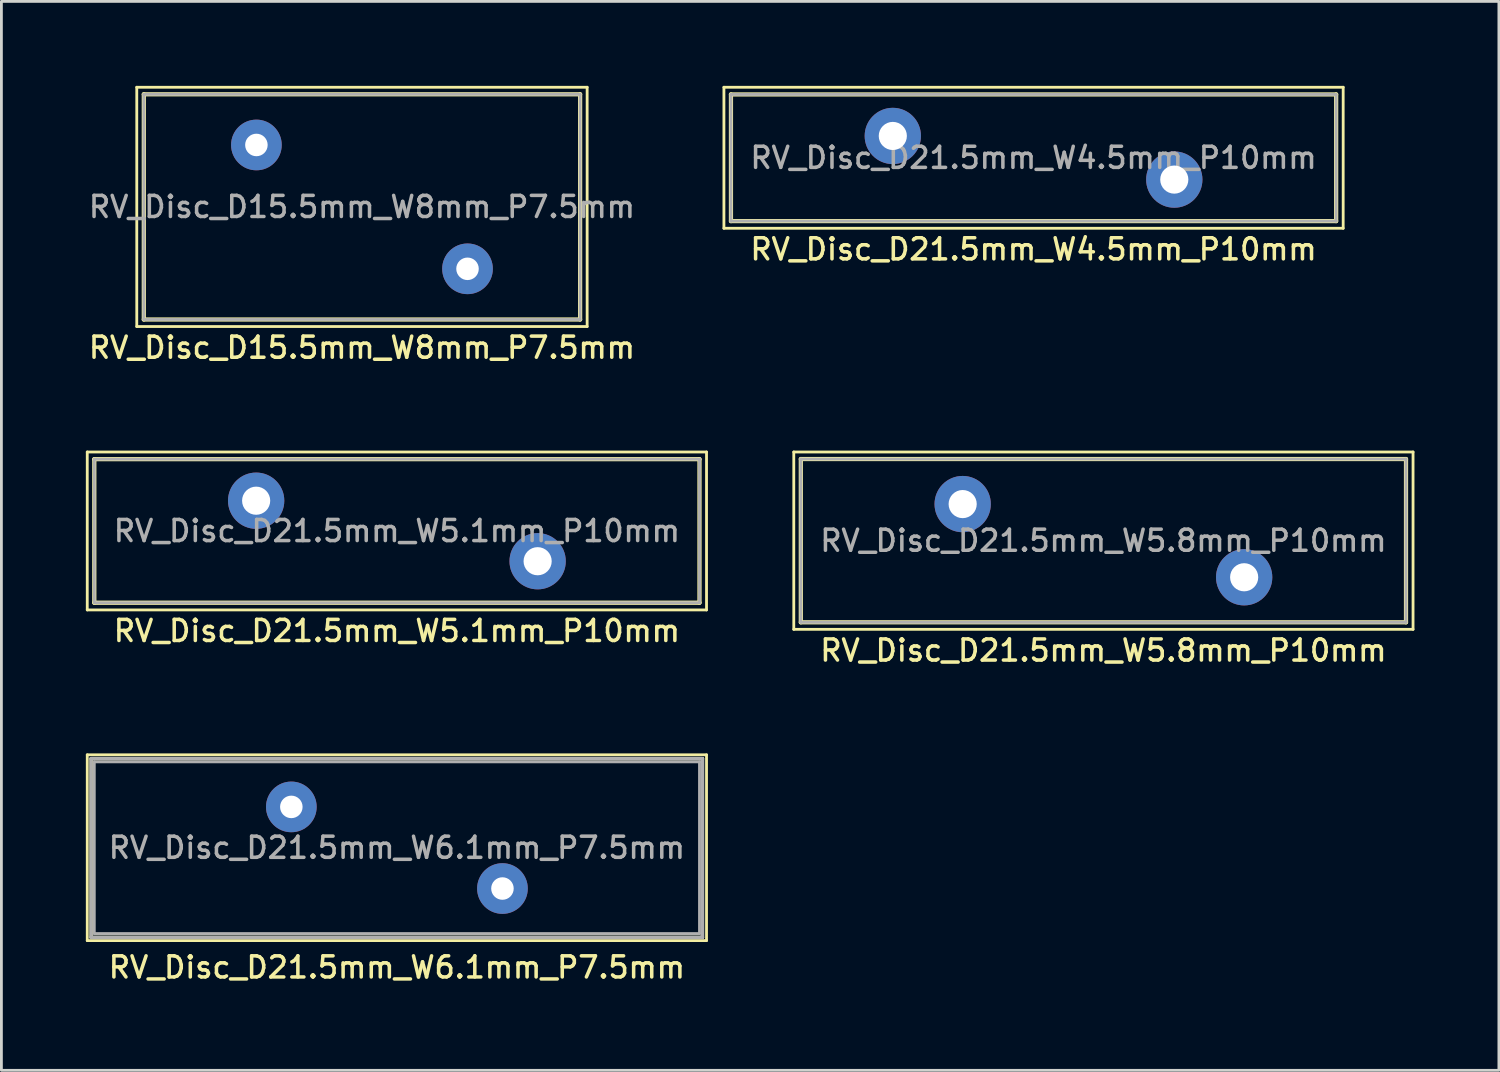
<source format=kicad_pcb>
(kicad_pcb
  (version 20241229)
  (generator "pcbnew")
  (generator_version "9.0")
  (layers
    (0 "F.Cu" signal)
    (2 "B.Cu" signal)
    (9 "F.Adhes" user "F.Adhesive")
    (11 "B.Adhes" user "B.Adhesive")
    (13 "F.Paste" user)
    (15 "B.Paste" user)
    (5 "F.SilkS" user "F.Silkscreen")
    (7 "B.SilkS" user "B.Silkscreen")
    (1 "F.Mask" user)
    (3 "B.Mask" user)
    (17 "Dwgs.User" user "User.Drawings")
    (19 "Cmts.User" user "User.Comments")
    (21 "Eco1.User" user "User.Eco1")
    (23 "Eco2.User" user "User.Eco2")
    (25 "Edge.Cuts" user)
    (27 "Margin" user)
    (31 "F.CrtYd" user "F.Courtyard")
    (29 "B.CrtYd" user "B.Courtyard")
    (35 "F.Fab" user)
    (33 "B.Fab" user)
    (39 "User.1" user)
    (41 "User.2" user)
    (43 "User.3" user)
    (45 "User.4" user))
  (footprint "RV_Disc_D21.5mm_W6.1mm_P7.5mm"
    (layer "F.Cu")
    (at 7.3 25.616)
    (property "Reference" "RV_Disc_D21.5mm_W6.1mm_P7.5mm" (at 3.75 5.7 0) (layer "F.SilkS") (effects (font (size 0.75 0.75) (thickness 0.125))))
    (attr through_hole)
    (fp_line (start -7.25 -1.85) (end -7.25 4.75) (stroke (width 0.1) (type solid)) (layer "F.SilkS"))
    (fp_line (start -7.25 -1.85) (end 14.75 -1.85) (stroke (width 0.1) (type solid)) (layer "F.SilkS"))
    (fp_line (start -7.25 4.75) (end 14.75 4.75) (stroke (width 0.1) (type solid)) (layer "F.SilkS"))
    (fp_line (start -7.112 -1.714) (end 14.605 -1.714) (stroke (width 0.12) (type solid)) (layer "F.SilkS"))
    (fp_line (start -7.112 4.636) (end -7.112 -1.714) (stroke (width 0.12) (type solid)) (layer "F.SilkS"))
    (fp_line (start 14.605 -1.714) (end 14.605 4.636) (stroke (width 0.12) (type solid)) (layer "F.SilkS"))
    (fp_line (start 14.605 4.636) (end -7.112 4.636) (stroke (width 0.12) (type solid)) (layer "F.SilkS"))
    (fp_line (start 14.75 -1.85) (end 14.75 4.75) (stroke (width 0.1) (type solid)) (layer "F.SilkS"))
    (fp_line (start -7.112 -1.714) (end 14.605 -1.714) (stroke (width 0.12) (type solid)) (layer "F.Fab"))
    (fp_line (start -7.112 4.636) (end -7.112 -1.714) (stroke (width 0.12) (type solid)) (layer "F.Fab"))
    (fp_line (start -7 -1.6) (end -7 4.5) (stroke (width 0.1) (type solid)) (layer "F.Fab"))
    (fp_line (start -7 -1.6) (end 14.5 -1.6) (stroke (width 0.1) (type solid)) (layer "F.Fab"))
    (fp_line (start -7 4.5) (end 14.5 4.5) (stroke (width 0.1) (type solid)) (layer "F.Fab"))
    (fp_line (start 14.5 -1.6) (end 14.5 4.5) (stroke (width 0.1) (type solid)) (layer "F.Fab"))
    (fp_line (start 14.605 -1.714) (end 14.605 4.636) (stroke (width 0.12) (type solid)) (layer "F.Fab"))
    (fp_line (start 14.605 4.636) (end -7.112 4.636) (stroke (width 0.12) (type solid)) (layer "F.Fab"))
    (fp_text user "${REFERENCE}" (at 3.75 1.45 0) (layer "F.Fab") (effects (font (size 0.75 0.75) (thickness 0.125))))
    (pad "1" thru_hole circle (at 0 0) (size 1.8 1.8) (drill 0.8) (layers "*.Cu" "*.Mask"))
    (pad "2" thru_hole circle (at 7.5 2.9) (size 1.8 1.8) (drill 0.8) (layers "*.Cu" "*.Mask")))
  (footprint "RV_Disc_D21.5mm_W4.5mm_P10mm"
    (layer "F.Cu")
    (at 28.668 1.78)
    (property "Reference" "RV_Disc_D21.5mm_W4.5mm_P10mm" (at 5 4.025 0) (layer "F.SilkS") (effects (font (size 0.75 0.75) (thickness 0.125))))
    (attr through_hole)
    (fp_line (start -6 -1.73) (end -6 3.28) (stroke (width 0.1) (type solid)) (layer "F.SilkS"))
    (fp_line (start -6 -1.73) (end 16 -1.73) (stroke (width 0.1) (type solid)) (layer "F.SilkS"))
    (fp_line (start -6 3.28) (end 16 3.28) (stroke (width 0.1) (type solid)) (layer "F.SilkS"))
    (fp_line (start -5.75 -1.475) (end -5.75 3.025) (stroke (width 0.15) (type solid)) (layer "F.SilkS"))
    (fp_line (start -5.75 -1.475) (end 15.75 -1.475) (stroke (width 0.15) (type solid)) (layer "F.SilkS"))
    (fp_line (start -5.75 3.025) (end 15.75 3.025) (stroke (width 0.15) (type solid)) (layer "F.SilkS"))
    (fp_line (start 15.75 -1.475) (end 15.75 3.025) (stroke (width 0.15) (type solid)) (layer "F.SilkS"))
    (fp_line (start 16 -1.73) (end 16 3.28) (stroke (width 0.1) (type solid)) (layer "F.SilkS"))
    (fp_line (start -5.75 -1.475) (end -5.75 3.025) (stroke (width 0.1) (type solid)) (layer "F.Fab"))
    (fp_line (start -5.75 -1.475) (end 15.75 -1.475) (stroke (width 0.1) (type solid)) (layer "F.Fab"))
    (fp_line (start -5.75 3.025) (end 15.75 3.025) (stroke (width 0.1) (type solid)) (layer "F.Fab"))
    (fp_line (start 15.75 -1.475) (end 15.75 3.025) (stroke (width 0.1) (type solid)) (layer "F.Fab"))
    (fp_text user "${REFERENCE}" (at 5 0.775 0) (layer "F.Fab") (effects (font (size 0.75 0.75) (thickness 0.125))))
    (pad "1" thru_hole circle (at 0 0) (size 2 2) (drill 1) (layers "*.Cu" "*.Mask"))
    (pad "2" thru_hole circle (at 10 1.55) (size 2 2) (drill 1) (layers "*.Cu" "*.Mask")))
  (footprint "RV_Disc_D15.5mm_W8mm_P7.5mm"
    (layer "F.Cu")
    (at 6.059 2.1)
    (property "Reference" "RV_Disc_D15.5mm_W8mm_P7.5mm" (at 3.75 7.2 0) (layer "F.SilkS") (effects (font (size 0.75 0.75) (thickness 0.125))))
    (attr through_hole)
    (fp_line (start -4.25 -2.05) (end -4.25 6.45) (stroke (width 0.1) (type solid)) (layer "F.SilkS"))
    (fp_line (start -4.25 -2.05) (end 11.75 -2.05) (stroke (width 0.1) (type solid)) (layer "F.SilkS"))
    (fp_line (start -4.25 6.45) (end 11.75 6.45) (stroke (width 0.1) (type solid)) (layer "F.SilkS"))
    (fp_line (start -4 -1.8) (end -4 6.2) (stroke (width 0.15) (type solid)) (layer "F.SilkS"))
    (fp_line (start -4 -1.8) (end 11.5 -1.8) (stroke (width 0.15) (type solid)) (layer "F.SilkS"))
    (fp_line (start -4 6.2) (end 11.5 6.2) (stroke (width 0.15) (type solid)) (layer "F.SilkS"))
    (fp_line (start 11.5 -1.8) (end 11.5 6.2) (stroke (width 0.15) (type solid)) (layer "F.SilkS"))
    (fp_line (start 11.75 -2.05) (end 11.75 6.45) (stroke (width 0.1) (type solid)) (layer "F.SilkS"))
    (fp_line (start -4 -1.8) (end -4 6.2) (stroke (width 0.1) (type solid)) (layer "F.Fab"))
    (fp_line (start -4 -1.8) (end 11.5 -1.8) (stroke (width 0.1) (type solid)) (layer "F.Fab"))
    (fp_line (start -4 6.2) (end 11.5 6.2) (stroke (width 0.1) (type solid)) (layer "F.Fab"))
    (fp_line (start 11.5 -1.8) (end 11.5 6.2) (stroke (width 0.1) (type solid)) (layer "F.Fab"))
    (fp_text user "${REFERENCE}" (at 3.75 2.2 0) (layer "F.Fab") (effects (font (size 0.75 0.75) (thickness 0.125))))
    (pad "1" thru_hole circle (at 0 0) (size 1.8 1.8) (drill 0.8) (layers "*.Cu" "*.Mask"))
    (pad "2" thru_hole circle (at 7.5 4.4) (size 1.8 1.8) (drill 0.8) (layers "*.Cu" "*.Mask")))
  (footprint "RV_Disc_D21.5mm_W5.1mm_P10mm"
    (layer "F.Cu")
    (at 6.05 14.738)
    (property "Reference" "RV_Disc_D21.5mm_W5.1mm_P10mm" (at 5 4.625 0) (layer "F.SilkS") (effects (font (size 0.75 0.75) (thickness 0.125))))
    (attr through_hole)
    (fp_line (start -6 -1.73) (end -6 3.88) (stroke (width 0.1) (type solid)) (layer "F.SilkS"))
    (fp_line (start -6 -1.73) (end 16 -1.73) (stroke (width 0.1) (type solid)) (layer "F.SilkS"))
    (fp_line (start -6 3.88) (end 16 3.88) (stroke (width 0.1) (type solid)) (layer "F.SilkS"))
    (fp_line (start -5.75 -1.475) (end -5.75 3.625) (stroke (width 0.15) (type solid)) (layer "F.SilkS"))
    (fp_line (start -5.75 -1.475) (end 15.75 -1.475) (stroke (width 0.15) (type solid)) (layer "F.SilkS"))
    (fp_line (start -5.75 3.625) (end 15.75 3.625) (stroke (width 0.15) (type solid)) (layer "F.SilkS"))
    (fp_line (start 15.75 -1.475) (end 15.75 3.625) (stroke (width 0.15) (type solid)) (layer "F.SilkS"))
    (fp_line (start 16 -1.73) (end 16 3.88) (stroke (width 0.1) (type solid)) (layer "F.SilkS"))
    (fp_line (start -5.75 -1.475) (end -5.75 3.625) (stroke (width 0.1) (type solid)) (layer "F.Fab"))
    (fp_line (start -5.75 -1.475) (end 15.75 -1.475) (stroke (width 0.1) (type solid)) (layer "F.Fab"))
    (fp_line (start -5.75 3.625) (end 15.75 3.625) (stroke (width 0.1) (type solid)) (layer "F.Fab"))
    (fp_line (start 15.75 -1.475) (end 15.75 3.625) (stroke (width 0.1) (type solid)) (layer "F.Fab"))
    (fp_text user "${REFERENCE}" (at 5 1.075 0) (layer "F.Fab") (effects (font (size 0.75 0.75) (thickness 0.125))))
    (pad "1" thru_hole circle (at 0 0) (size 2 2) (drill 1) (layers "*.Cu" "*.Mask"))
    (pad "2" thru_hole circle (at 10 2.15) (size 2 2) (drill 1) (layers "*.Cu" "*.Mask")))
  (footprint "RV_Disc_D21.5mm_W5.8mm_P10mm"
    (layer "F.Cu")
    (at 31.15 14.858)
    (property "Reference" "RV_Disc_D21.5mm_W5.8mm_P10mm" (at 5 5.2 0) (layer "F.SilkS") (effects (font (size 0.75 0.75) (thickness 0.125))))
    (attr through_hole)
    (fp_line (start -6 -1.85) (end -6 4.45) (stroke (width 0.1) (type solid)) (layer "F.SilkS"))
    (fp_line (start -6 -1.85) (end 16 -1.85) (stroke (width 0.1) (type solid)) (layer "F.SilkS"))
    (fp_line (start -6 4.45) (end 16 4.45) (stroke (width 0.1) (type solid)) (layer "F.SilkS"))
    (fp_line (start -5.75 -1.6) (end -5.75 4.2) (stroke (width 0.15) (type solid)) (layer "F.SilkS"))
    (fp_line (start -5.75 -1.6) (end 15.75 -1.6) (stroke (width 0.15) (type solid)) (layer "F.SilkS"))
    (fp_line (start -5.75 4.2) (end 15.75 4.2) (stroke (width 0.15) (type solid)) (layer "F.SilkS"))
    (fp_line (start 15.75 -1.6) (end 15.75 4.2) (stroke (width 0.15) (type solid)) (layer "F.SilkS"))
    (fp_line (start 16 -1.85) (end 16 4.45) (stroke (width 0.1) (type solid)) (layer "F.SilkS"))
    (fp_line (start -5.75 -1.6) (end -5.75 4.2) (stroke (width 0.1) (type solid)) (layer "F.Fab"))
    (fp_line (start -5.75 -1.6) (end 15.75 -1.6) (stroke (width 0.1) (type solid)) (layer "F.Fab"))
    (fp_line (start -5.75 4.2) (end 15.75 4.2) (stroke (width 0.1) (type solid)) (layer "F.Fab"))
    (fp_line (start 15.75 -1.6) (end 15.75 4.2) (stroke (width 0.1) (type solid)) (layer "F.Fab"))
    (fp_text user "${REFERENCE}" (at 5 1.3 0) (layer "F.Fab") (effects (font (size 0.75 0.75) (thickness 0.125))))
    (pad "1" thru_hole circle (at 0 0) (size 2 2) (drill 1) (layers "*.Cu" "*.Mask"))
    (pad "2" thru_hole circle (at 10 2.6) (size 2 2) (drill 1) (layers "*.Cu" "*.Mask")))
  (gr_rect
    (start -3 -3)
    (end 50.2 34.974)
    (stroke (width 0.1) (type default))
    (fill no)
    (layer "Edge.Cuts")))
</source>
